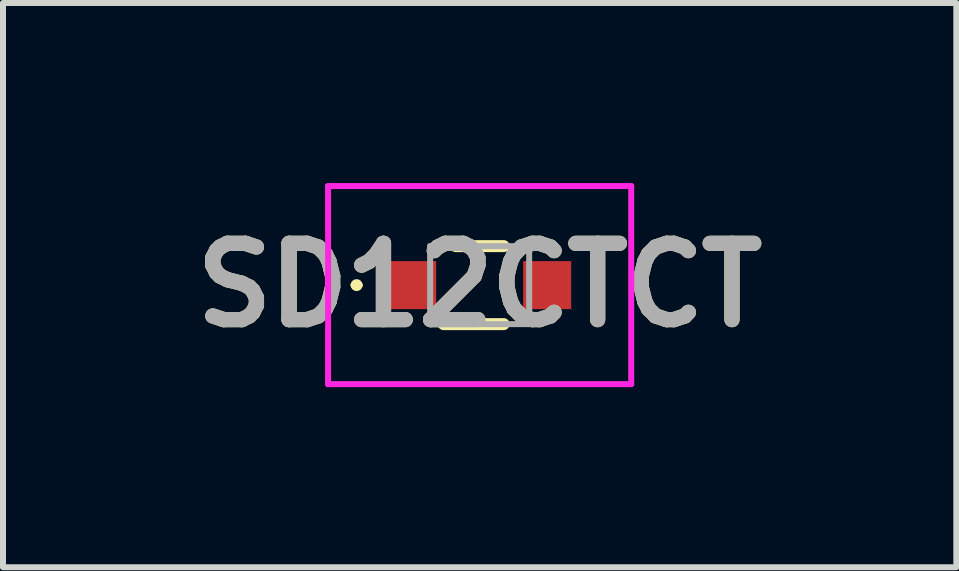
<source format=kicad_pcb>
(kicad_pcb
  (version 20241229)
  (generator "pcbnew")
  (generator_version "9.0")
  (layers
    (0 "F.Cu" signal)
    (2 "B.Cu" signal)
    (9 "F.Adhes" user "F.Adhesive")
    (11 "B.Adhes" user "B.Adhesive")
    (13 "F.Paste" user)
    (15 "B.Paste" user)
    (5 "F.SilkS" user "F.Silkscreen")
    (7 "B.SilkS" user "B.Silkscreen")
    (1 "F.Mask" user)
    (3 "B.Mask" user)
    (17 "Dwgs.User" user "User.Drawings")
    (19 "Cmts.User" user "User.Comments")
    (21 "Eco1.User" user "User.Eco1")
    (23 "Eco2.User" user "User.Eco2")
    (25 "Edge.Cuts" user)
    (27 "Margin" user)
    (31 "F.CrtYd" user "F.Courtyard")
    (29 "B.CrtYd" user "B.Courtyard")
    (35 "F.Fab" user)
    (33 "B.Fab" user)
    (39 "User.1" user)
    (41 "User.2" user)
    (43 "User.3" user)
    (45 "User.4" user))
  (footprint "SD12CTCT"
    (layer "F.Cu")
    (at 4.941 1.7)
    (property "Reference" "SD12CTCT" (at 0 0 0) (layer "F.SilkS") (effects (font (size 1.27 1.27) (thickness 0.254))))
    (attr smd)
    (fp_line (start -2.1 0) (end -2.1 0) (stroke (width 0.1) (type solid)) (layer "F.SilkS"))
    (fp_line (start -2 0) (end -2 0) (stroke (width 0.1) (type solid)) (layer "F.SilkS"))
    (fp_line (start -0.6 0.65) (end 0.4 0.65) (stroke (width 0.2) (type solid)) (layer "F.SilkS"))
    (fp_line (start -0.4 -0.65) (end 0.4 -0.65) (stroke (width 0.2) (type solid)) (layer "F.SilkS"))
    (fp_arc (start -2.1 0) (mid -2.05 -0.05) (end -2 0) (stroke (width 0.1) (type solid)) (layer "F.SilkS"))
    (fp_arc (start -2 0) (mid -2.05 0.05) (end -2.1 0) (stroke (width 0.1) (type solid)) (layer "F.SilkS"))
    (fp_line (start -2.525 -1.65) (end 2.525 -1.65) (stroke (width 0.1) (type solid)) (layer "F.CrtYd"))
    (fp_line (start -2.525 1.65) (end -2.525 -1.65) (stroke (width 0.1) (type solid)) (layer "F.CrtYd"))
    (fp_line (start 2.525 -1.65) (end 2.525 1.65) (stroke (width 0.1) (type solid)) (layer "F.CrtYd"))
    (fp_line (start 2.525 1.65) (end -2.525 1.65) (stroke (width 0.1) (type solid)) (layer "F.CrtYd"))
    (fp_line (start -0.825 -0.65) (end 0.825 -0.65) (stroke (width 0.1) (type solid)) (layer "F.Fab"))
    (fp_line (start -0.825 0.65) (end -0.825 -0.65) (stroke (width 0.1) (type solid)) (layer "F.Fab"))
    (fp_line (start 0.825 -0.65) (end 0.825 0.65) (stroke (width 0.1) (type solid)) (layer "F.Fab"))
    (fp_line (start 0.825 0.65) (end -0.825 0.65) (stroke (width 0.1) (type solid)) (layer "F.Fab"))
    (fp_text user "${REFERENCE}" (at 0 0 0) (layer "F.Fab") (effects (font (size 1.27 1.27) (thickness 0.254))))
    (pad "1" smd rect (at -1.125 0) (size 0.8 0.8) (layers "F.Cu" "F.Mask" "F.Paste"))
    (pad "2" smd rect (at 1.125 0) (size 0.8 0.8) (layers "F.Cu" "F.Mask" "F.Paste")))
  (gr_rect
    (start -3 -3)
    (end 12.882 6.4)
    (stroke (width 0.1) (type default))
    (fill no)
    (layer "Edge.Cuts")))
</source>
